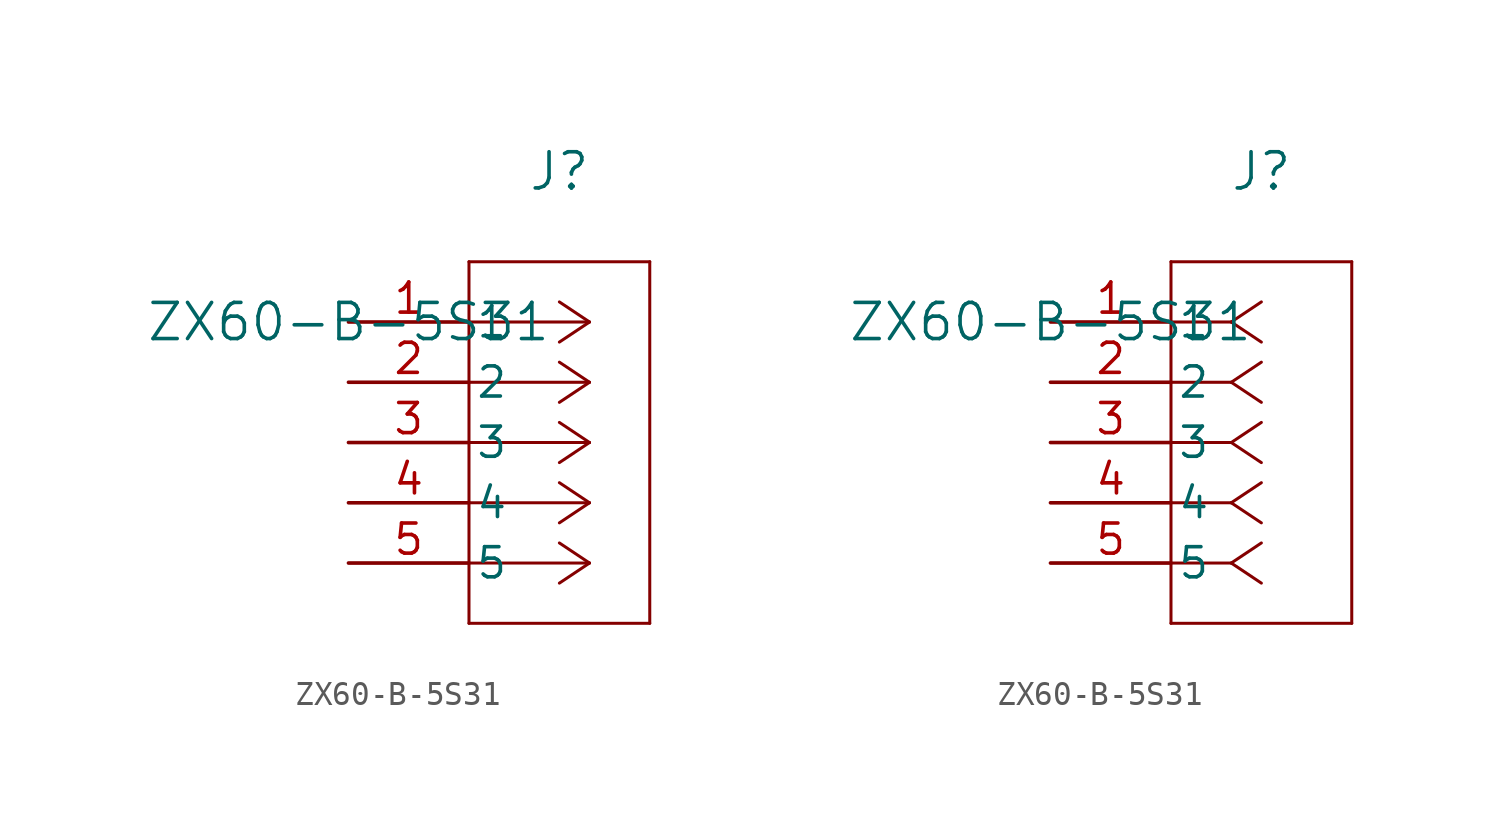
<source format=kicad_sym>
(kicad_symbol_lib
  (version 20211014)
  (generator kicad_symbol_editor)
  (symbol "ZX60-B-5S31"
    (pin_names
      (offset 0.254))
    (property "Reference" "J"
      (at 8.89 6.35 0)
      (effects (font (size 1.524 1.524))))
    (property "Value" "ZX60-B-5S31"
      (at 0 0 0)
      (effects (font (size 1.524 1.524))))
    (symbol "ZX60-B-5S31_1_1"
      (polyline (pts (xy 10.16 0) (xy 5.08 0)) (stroke (width 0.127) (type default) (color 0 0 0 0)) (fill (type none)))
      (polyline (pts (xy 10.16 -2.54) (xy 5.08 -2.54)) (stroke (width 0.127) (type default) (color 0 0 0 0)) (fill (type none)))
      (polyline (pts (xy 10.16 -5.08) (xy 5.08 -5.08)) (stroke (width 0.127) (type default) (color 0 0 0 0)) (fill (type none)))
      (polyline (pts (xy 10.16 -7.62) (xy 5.08 -7.62)) (stroke (width 0.127) (type default) (color 0 0 0 0)) (fill (type none)))
      (polyline (pts (xy 10.16 -10.16) (xy 5.08 -10.16)) (stroke (width 0.127) (type default) (color 0 0 0 0)) (fill (type none)))
      (polyline (pts (xy 10.16 0) (xy 8.89 0.847)) (stroke (width 0.127) (type default) (color 0 0 0 0)) (fill (type none)))
      (polyline (pts (xy 10.16 -2.54) (xy 8.89 -1.693)) (stroke (width 0.127) (type default) (color 0 0 0 0)) (fill (type none)))
      (polyline (pts (xy 10.16 -5.08) (xy 8.89 -4.233)) (stroke (width 0.127) (type default) (color 0 0 0 0)) (fill (type none)))
      (polyline (pts (xy 10.16 -7.62) (xy 8.89 -6.773)) (stroke (width 0.127) (type default) (color 0 0 0 0)) (fill (type none)))
      (polyline (pts (xy 10.16 -10.16) (xy 8.89 -9.313)) (stroke (width 0.127) (type default) (color 0 0 0 0)) (fill (type none)))
      (polyline (pts (xy 10.16 0) (xy 8.89 -0.847)) (stroke (width 0.127) (type default) (color 0 0 0 0)) (fill (type none)))
      (polyline (pts (xy 10.16 -2.54) (xy 8.89 -3.387)) (stroke (width 0.127) (type default) (color 0 0 0 0)) (fill (type none)))
      (polyline (pts (xy 10.16 -5.08) (xy 8.89 -5.927)) (stroke (width 0.127) (type default) (color 0 0 0 0)) (fill (type none)))
      (polyline (pts (xy 10.16 -7.62) (xy 8.89 -8.467)) (stroke (width 0.127) (type default) (color 0 0 0 0)) (fill (type none)))
      (polyline (pts (xy 10.16 -10.16) (xy 8.89 -11.007)) (stroke (width 0.127) (type default) (color 0 0 0 0)) (fill (type none)))
      (polyline (pts (xy 5.08 2.54) (xy 5.08 -12.7)) (stroke (width 0.127) (type default) (color 0 0 0 0)) (fill (type none)))
      (polyline (pts (xy 5.08 -12.7) (xy 12.7 -12.7)) (stroke (width 0.127) (type default) (color 0 0 0 0)) (fill (type none)))
      (polyline (pts (xy 12.7 -12.7) (xy 12.7 2.54)) (stroke (width 0.127) (type default) (color 0 0 0 0)) (fill (type none)))
      (polyline (pts (xy 12.7 2.54) (xy 5.08 2.54)) (stroke (width 0.127) (type default) (color 0 0 0 0)) (fill (type none)))
      (pin unspecified line (at 0 0 0) (length 5.08) (name "1" (effects (font (size 1.27 1.27)))) (number "1" (effects (font (size 1.27 1.27)))))
      (pin unspecified line (at 0 -2.54 0) (length 5.08) (name "2" (effects (font (size 1.27 1.27)))) (number "2" (effects (font (size 1.27 1.27)))))
      (pin unspecified line (at 0 -5.08 0) (length 5.08) (name "3" (effects (font (size 1.27 1.27)))) (number "3" (effects (font (size 1.27 1.27)))))
      (pin unspecified line (at 0 -7.62 0) (length 5.08) (name "4" (effects (font (size 1.27 1.27)))) (number "4" (effects (font (size 1.27 1.27)))))
      (pin unspecified line (at 0 -10.16 0) (length 5.08) (name "5" (effects (font (size 1.27 1.27)))) (number "5" (effects (font (size 1.27 1.27))))))
    (symbol "ZX60-B-5S31_1_2"
      (polyline (pts (xy 7.62 0) (xy 5.08 0)) (stroke (width 0.127) (type default) (color 0 0 0 0)) (fill (type none)))
      (polyline (pts (xy 7.62 -2.54) (xy 5.08 -2.54)) (stroke (width 0.127) (type default) (color 0 0 0 0)) (fill (type none)))
      (polyline (pts (xy 7.62 -5.08) (xy 5.08 -5.08)) (stroke (width 0.127) (type default) (color 0 0 0 0)) (fill (type none)))
      (polyline (pts (xy 7.62 -7.62) (xy 5.08 -7.62)) (stroke (width 0.127) (type default) (color 0 0 0 0)) (fill (type none)))
      (polyline (pts (xy 7.62 -10.16) (xy 5.08 -10.16)) (stroke (width 0.127) (type default) (color 0 0 0 0)) (fill (type none)))
      (polyline (pts (xy 7.62 0) (xy 8.89 0.847)) (stroke (width 0.127) (type default) (color 0 0 0 0)) (fill (type none)))
      (polyline (pts (xy 7.62 -2.54) (xy 8.89 -1.693)) (stroke (width 0.127) (type default) (color 0 0 0 0)) (fill (type none)))
      (polyline (pts (xy 7.62 -5.08) (xy 8.89 -4.233)) (stroke (width 0.127) (type default) (color 0 0 0 0)) (fill (type none)))
      (polyline (pts (xy 7.62 -7.62) (xy 8.89 -6.773)) (stroke (width 0.127) (type default) (color 0 0 0 0)) (fill (type none)))
      (polyline (pts (xy 7.62 -10.16) (xy 8.89 -9.313)) (stroke (width 0.127) (type default) (color 0 0 0 0)) (fill (type none)))
      (polyline (pts (xy 7.62 0) (xy 8.89 -0.847)) (stroke (width 0.127) (type default) (color 0 0 0 0)) (fill (type none)))
      (polyline (pts (xy 7.62 -2.54) (xy 8.89 -3.387)) (stroke (width 0.127) (type default) (color 0 0 0 0)) (fill (type none)))
      (polyline (pts (xy 7.62 -5.08) (xy 8.89 -5.927)) (stroke (width 0.127) (type default) (color 0 0 0 0)) (fill (type none)))
      (polyline (pts (xy 7.62 -7.62) (xy 8.89 -8.467)) (stroke (width 0.127) (type default) (color 0 0 0 0)) (fill (type none)))
      (polyline (pts (xy 7.62 -10.16) (xy 8.89 -11.007)) (stroke (width 0.127) (type default) (color 0 0 0 0)) (fill (type none)))
      (polyline (pts (xy 5.08 2.54) (xy 5.08 -12.7)) (stroke (width 0.127) (type default) (color 0 0 0 0)) (fill (type none)))
      (polyline (pts (xy 5.08 -12.7) (xy 12.7 -12.7)) (stroke (width 0.127) (type default) (color 0 0 0 0)) (fill (type none)))
      (polyline (pts (xy 12.7 -12.7) (xy 12.7 2.54)) (stroke (width 0.127) (type default) (color 0 0 0 0)) (fill (type none)))
      (polyline (pts (xy 12.7 2.54) (xy 5.08 2.54)) (stroke (width 0.127) (type default) (color 0 0 0 0)) (fill (type none)))
      (pin unspecified line (at 0 0 0) (length 5.08) (name "1" (effects (font (size 1.27 1.27)))) (number "1" (effects (font (size 1.27 1.27)))))
      (pin unspecified line (at 0 -2.54 0) (length 5.08) (name "2" (effects (font (size 1.27 1.27)))) (number "2" (effects (font (size 1.27 1.27)))))
      (pin unspecified line (at 0 -5.08 0) (length 5.08) (name "3" (effects (font (size 1.27 1.27)))) (number "3" (effects (font (size 1.27 1.27)))))
      (pin unspecified line (at 0 -7.62 0) (length 5.08) (name "4" (effects (font (size 1.27 1.27)))) (number "4" (effects (font (size 1.27 1.27)))))
      (pin unspecified line (at 0 -10.16 0) (length 5.08) (name "5" (effects (font (size 1.27 1.27)))) (number "5" (effects (font (size 1.27 1.27))))))))
</source>
